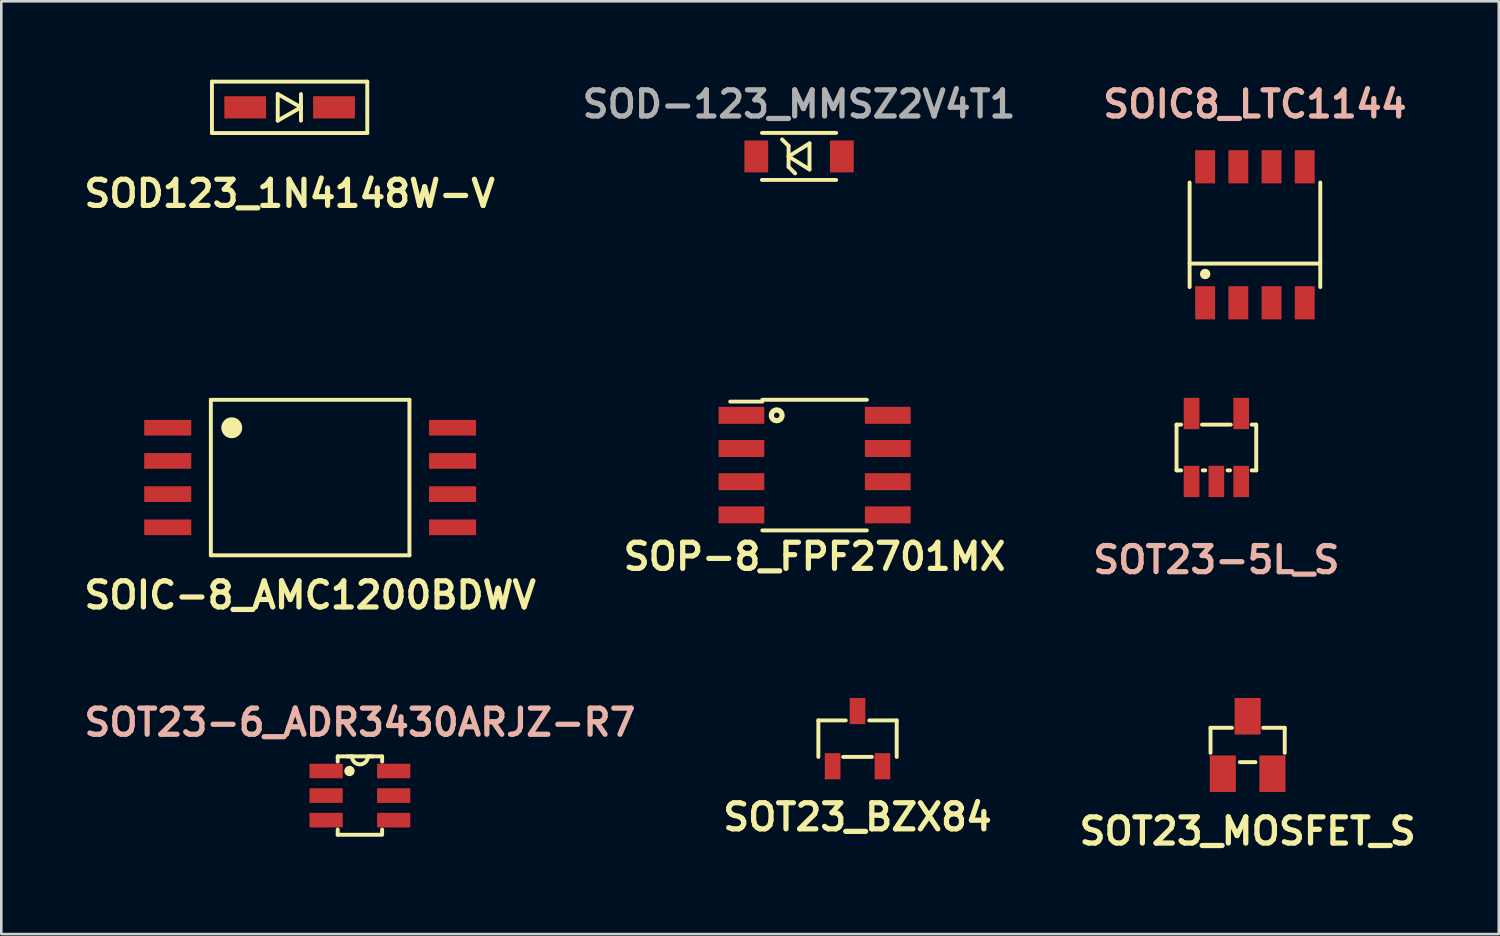
<source format=kicad_pcb>
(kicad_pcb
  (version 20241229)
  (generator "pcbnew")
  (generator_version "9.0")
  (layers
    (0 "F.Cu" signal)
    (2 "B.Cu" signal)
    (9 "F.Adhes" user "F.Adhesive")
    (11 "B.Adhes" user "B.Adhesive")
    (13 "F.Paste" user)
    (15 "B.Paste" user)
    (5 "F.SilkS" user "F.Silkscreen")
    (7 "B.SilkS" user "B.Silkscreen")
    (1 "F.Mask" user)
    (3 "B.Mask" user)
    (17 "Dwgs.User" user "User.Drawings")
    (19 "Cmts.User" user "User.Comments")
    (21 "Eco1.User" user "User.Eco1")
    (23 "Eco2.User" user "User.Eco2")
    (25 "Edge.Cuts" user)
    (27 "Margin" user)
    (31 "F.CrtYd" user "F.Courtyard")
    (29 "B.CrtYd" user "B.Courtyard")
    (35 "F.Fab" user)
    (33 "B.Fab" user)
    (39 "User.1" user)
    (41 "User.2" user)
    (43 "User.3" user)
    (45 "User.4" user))
  (footprint "SOD123_1N4148W-V"
    (layer "F.Cu")
    (at 8.033 1.058)
    (property "Reference" "SOD123_1N4148W-V" (at 0 3.3 0) (layer "F.SilkS") (effects (font (size 1 1) (thickness 0.2))))
    (attr smd)
    (fp_line (start -2.972 -0.983) (end 2.972 -0.983) (stroke (width 0.15) (type solid)) (layer "F.SilkS"))
    (fp_line (start -2.972 0.983) (end -2.972 -0.983) (stroke (width 0.15) (type solid)) (layer "F.SilkS"))
    (fp_line (start -0.454 -0.508) (end -0.454 0.508) (stroke (width 0.15) (type solid)) (layer "F.SilkS"))
    (fp_line (start -0.454 0.508) (end 0.435 0) (stroke (width 0.15) (type solid)) (layer "F.SilkS"))
    (fp_line (start 0.435 -0.508) (end 0.435 0.508) (stroke (width 0.15) (type solid)) (layer "F.SilkS"))
    (fp_line (start 0.435 0) (end -0.454 -0.508) (stroke (width 0.15) (type solid)) (layer "F.SilkS"))
    (fp_line (start 2.972 -0.983) (end 2.972 0.983) (stroke (width 0.15) (type solid)) (layer "F.SilkS"))
    (fp_line (start 2.972 0.983) (end -2.972 0.983) (stroke (width 0.15) (type solid)) (layer "F.SilkS"))
    (pad "1" smd rect (at -1.699 0) (size 1.598 0.851) (layers "F.Cu" "F.Mask" "F.Paste"))
    (pad "2" smd rect (at 1.699 0) (size 1.598 0.851) (layers "F.Cu" "F.Mask" "F.Paste")))
  (footprint "SOT23_MOSFET_S"
    (layer "F.Cu")
    (at 44.696 25.46)
    (property "Reference" "SOT23_MOSFET_S" (at 0 3.299 0) (layer "F.SilkS") (effects (font (size 1.001 1.001) (thickness 0.201))))
    (attr smd)
    (fp_line (start -1.42 -0.658) (end -0.599 -0.658) (stroke (width 0.15) (type solid)) (layer "F.SilkS"))
    (fp_line (start -1.42 0.3) (end -1.42 -0.658) (stroke (width 0.15) (type solid)) (layer "F.SilkS"))
    (fp_line (start 0.3 0.658) (end -0.3 0.658) (stroke (width 0.15) (type solid)) (layer "F.SilkS"))
    (fp_line (start 1.42 -0.658) (end 0.599 -0.658) (stroke (width 0.15) (type solid)) (layer "F.SilkS"))
    (fp_line (start 1.42 -0.658) (end 1.42 0.3) (stroke (width 0.15) (type solid)) (layer "F.SilkS"))
    (pad "D" smd rect (at 0 -1.1) (size 0.998 1.4) (layers "F.Cu" "F.Mask" "F.Paste"))
    (pad "G" smd rect (at -0.95 1.1) (size 0.998 1.4) (layers "F.Cu" "F.Mask" "F.Paste"))
    (pad "S" smd rect (at 0.95 1.1) (size 0.998 1.4) (layers "F.Cu" "F.Mask" "F.Paste")))
  (footprint "SOIC-8_AMC1200BDWV"
    (layer "F.Cu")
    (at 8.819 15.225)
    (property "Reference" "SOIC-8_AMC1200BDWV" (at 0 4.5 0) (layer "F.SilkS") (effects (font (size 1 1) (thickness 0.2))))
    (attr through_hole)
    (fp_line (start -3.8 -2.975) (end 3.8 -2.975) (stroke (width 0.15) (type solid)) (layer "F.SilkS"))
    (fp_line (start -3.8 2.975) (end -3.8 -2.975) (stroke (width 0.15) (type solid)) (layer "F.SilkS"))
    (fp_line (start -3.8 2.975) (end 3.8 2.975) (stroke (width 0.15) (type solid)) (layer "F.SilkS"))
    (fp_line (start 3.8 -2.975) (end 3.8 2.975) (stroke (width 0.15) (type solid)) (layer "F.SilkS"))
    (fp_circle (center -3 -1.905) (end -3.2 -1.905) (stroke (width 0.4) (type solid)) (fill no) (layer "F.SilkS"))
    (pad "1" smd rect (at -5.45 -1.905) (size 1.8 0.6) (layers "F.Cu" "F.Mask" "F.Paste"))
    (pad "2" smd rect (at -5.45 -0.635) (size 1.8 0.6) (layers "F.Cu" "F.Mask" "F.Paste"))
    (pad "3" smd rect (at -5.45 0.635) (size 1.8 0.6) (layers "F.Cu" "F.Mask" "F.Paste"))
    (pad "4" smd rect (at -5.45 1.905) (size 1.8 0.6) (layers "F.Cu" "F.Mask" "F.Paste"))
    (pad "5" smd rect (at 5.45 1.905) (size 1.8 0.6) (layers "F.Cu" "F.Mask" "F.Paste"))
    (pad "6" smd rect (at 5.45 0.635) (size 1.8 0.6) (layers "F.Cu" "F.Mask" "F.Paste"))
    (pad "7" smd rect (at 5.45 -0.635) (size 1.8 0.6) (layers "F.Cu" "F.Mask" "F.Paste"))
    (pad "8" smd rect (at 5.45 -1.905) (size 1.8 0.6) (layers "F.Cu" "F.Mask" "F.Paste")))
  (footprint "SOT23_BZX84"
    (layer "F.Cu")
    (at 29.767 25.218)
    (property "Reference" "SOT23_BZX84" (at 0 3 0) (layer "F.SilkS") (effects (font (size 1 1) (thickness 0.2))))
    (attr smd)
    (fp_line (start -1.499 -0.699) (end -0.45 -0.699) (stroke (width 0.15) (type solid)) (layer "F.SilkS"))
    (fp_line (start -1.499 0.699) (end -1.499 -0.699) (stroke (width 0.15) (type solid)) (layer "F.SilkS"))
    (fp_line (start -0.55 0.699) (end 0.55 0.699) (stroke (width 0.15) (type solid)) (layer "F.SilkS"))
    (fp_line (start 1.499 -0.699) (end 0.45 -0.699) (stroke (width 0.15) (type solid)) (layer "F.SilkS"))
    (fp_line (start 1.499 -0.699) (end 1.499 0.699) (stroke (width 0.15) (type solid)) (layer "F.SilkS"))
    (pad "1" smd rect (at -0.953 1.057) (size 0.599 1.001) (layers "F.Cu" "F.Mask" "F.Paste"))
    (pad "2" smd rect (at 0.953 1.057) (size 0.599 1.001) (layers "F.Cu" "F.Mask" "F.Paste"))
    (pad "3" smd rect (at 0 -1.057) (size 0.599 1.001) (layers "F.Cu" "F.Mask" "F.Paste")))
  (footprint "SOT23-5L_S"
    (layer "F.Cu")
    (at 43.5 14.075)
    (property "Reference" "SOT23-5L_S" (at 0 4.3 0) (layer "B.SilkS") (effects (font (size 1 1) (thickness 0.2))))
    (attr smd)
    (fp_line (start -1.525 -0.875) (end -1.35 -0.875) (stroke (width 0.15) (type solid)) (layer "F.SilkS"))
    (fp_line (start -1.525 0.875) (end -1.525 -0.875) (stroke (width 0.15) (type solid)) (layer "F.SilkS"))
    (fp_line (start -1.35 0.875) (end -1.525 0.875) (stroke (width 0.15) (type solid)) (layer "F.SilkS"))
    (fp_line (start -0.55 -0.875) (end 0.55 -0.875) (stroke (width 0.15) (type solid)) (layer "F.SilkS"))
    (fp_line (start -0.427 0.875) (end -0.521 0.875) (stroke (width 0.15) (type solid)) (layer "F.SilkS"))
    (fp_line (start 0.521 0.875) (end 0.427 0.875) (stroke (width 0.15) (type solid)) (layer "F.SilkS"))
    (fp_line (start 1.35 -0.875) (end 1.525 -0.875) (stroke (width 0.15) (type solid)) (layer "F.SilkS"))
    (fp_line (start 1.525 -0.875) (end 1.525 0.875) (stroke (width 0.15) (type solid)) (layer "F.SilkS"))
    (fp_line (start 1.525 0.875) (end 1.35 0.875) (stroke (width 0.15) (type solid)) (layer "F.SilkS"))
    (pad "1" smd rect (at -0.95 1.3) (size 0.6 1.2) (layers "F.Cu" "F.Mask" "F.Paste"))
    (pad "2" smd rect (at 0 1.3) (size 0.6 1.2) (layers "F.Cu" "F.Mask" "F.Paste"))
    (pad "3" smd rect (at 0.95 1.3) (size 0.6 1.2) (layers "F.Cu" "F.Mask" "F.Paste"))
    (pad "4" smd rect (at 0.95 -1.3) (size 0.6 1.2) (layers "F.Cu" "F.Mask" "F.Paste"))
    (pad "5" smd rect (at -0.95 -1.3) (size 0.6 1.2) (layers "F.Cu" "F.Mask" "F.Paste")))
  (footprint "SOT23-6_ADR3430ARJZ-R7"
    (layer "F.Cu")
    (at 10.724 27.396)
    (property "Reference" "SOT23-6_ADR3430ARJZ-R7" (at 0 -2.8 0) (layer "B.SilkS") (effects (font (size 1 1) (thickness 0.2))))
    (attr smd)
    (fp_line (start -0.85 -1.5) (end -0.85 -1.3) (stroke (width 0.15) (type solid)) (layer "F.SilkS"))
    (fp_line (start -0.85 1.5) (end -0.85 1.3) (stroke (width 0.15) (type solid)) (layer "F.SilkS"))
    (fp_line (start -0.85 1.5) (end 0.85 1.5) (stroke (width 0.15) (type solid)) (layer "F.SilkS"))
    (fp_line (start -0.305 -1.499) (end -0.483 -1.499) (stroke (width 0.152) (type solid)) (layer "F.SilkS"))
    (fp_line (start 0.305 -1.499) (end -0.305 -1.499) (stroke (width 0.1) (type solid)) (layer "F.SilkS"))
    (fp_line (start 0.483 -1.499) (end 0.305 -1.499) (stroke (width 0.152) (type solid)) (layer "F.SilkS"))
    (fp_line (start 0.85 -1.5) (end -0.85 -1.5) (stroke (width 0.15) (type solid)) (layer "F.SilkS"))
    (fp_line (start 0.85 -1.5) (end 0.85 -1.3) (stroke (width 0.15) (type solid)) (layer "F.SilkS"))
    (fp_line (start 0.85 1.45) (end 0.85 1.3) (stroke (width 0.15) (type solid)) (layer "F.SilkS"))
    (fp_arc (start 0.3048 -1.4986) (mid 0 -1.1938) (end -0.3048 -1.4986) (stroke (width 0.1) (type solid)) (layer "F.SilkS"))
    (fp_arc (start 0.3048 -1.4986) (mid 0 -1.1938) (end -0.3048 -1.4986) (stroke (width 0.1524) (type solid)) (layer "F.SilkS"))
    (fp_circle (center -0.4 -0.94) (end -0.3 -0.94) (stroke (width 0.2) (type solid)) (fill no) (layer "F.SilkS"))
    (pad "1" smd rect (at -1.293 -0.94) (size 1.27 0.559) (layers "F.Cu" "F.Mask" "F.Paste"))
    (pad "2" smd rect (at -1.293 0) (size 1.27 0.559) (layers "F.Cu" "F.Mask" "F.Paste"))
    (pad "3" smd rect (at -1.293 0.94) (size 1.27 0.559) (layers "F.Cu" "F.Mask" "F.Paste"))
    (pad "4" smd rect (at 1.293 0.94) (size 1.27 0.559) (layers "F.Cu" "F.Mask" "F.Paste"))
    (pad "5" smd rect (at 1.293 0) (size 1.27 0.559) (layers "F.Cu" "F.Mask" "F.Paste"))
    (pad "6" smd rect (at 1.293 -0.94) (size 1.27 0.559) (layers "F.Cu" "F.Mask" "F.Paste")))
  (footprint "SOIC8_LTC1144"
    (layer "F.Cu")
    (at 44.976 5.936)
    (property "Reference" "SOIC8_LTC1144" (at 0 -5 0) (layer "B.SilkS") (effects (font (size 1 1) (thickness 0.2))))
    (attr smd)
    (fp_line (start -2.5 1.1) (end 2.5 1.1) (stroke (width 0.15) (type solid)) (layer "F.SilkS"))
    (fp_line (start -2.5 2) (end -2.5 -2) (stroke (width 0.15) (type solid)) (layer "F.SilkS"))
    (fp_line (start 2.5 -2) (end 2.5 2) (stroke (width 0.15) (type solid)) (layer "F.SilkS"))
    (fp_circle (center -1.905 1.5) (end -1.905 1.6) (stroke (width 0.2) (type solid)) (fill no) (layer "F.SilkS"))
    (pad "1" smd rect (at -1.905 2.603) (size 0.762 1.27) (layers "F.Cu" "F.Mask" "F.Paste"))
    (pad "2" smd rect (at -0.635 2.603) (size 0.762 1.27) (layers "F.Cu" "F.Mask" "F.Paste"))
    (pad "3" smd rect (at 0.635 2.603) (size 0.762 1.27) (layers "F.Cu" "F.Mask" "F.Paste"))
    (pad "4" smd rect (at 1.905 2.603) (size 0.762 1.27) (layers "F.Cu" "F.Mask" "F.Paste"))
    (pad "5" smd rect (at 1.905 -2.603) (size 0.762 1.27) (layers "F.Cu" "F.Mask" "F.Paste"))
    (pad "6" smd rect (at 0.635 -2.603) (size 0.762 1.27) (layers "F.Cu" "F.Mask" "F.Paste"))
    (pad "7" smd rect (at -0.635 -2.603) (size 0.762 1.27) (layers "F.Cu" "F.Mask" "F.Paste"))
    (pad "8" smd rect (at -1.905 -2.603) (size 0.762 1.27) (layers "F.Cu" "F.Mask" "F.Paste")))
  (footprint "SOP-8_FPF2701MX"
    (layer "F.Cu")
    (at 28.124 14.749)
    (property "Reference" "SOP-8_FPF2701MX" (at 0 3.5 0) (layer "F.SilkS") (effects (font (size 1 1) (thickness 0.2))))
    (attr smd)
    (fp_line (start -2 -2.5) (end 2 -2.5) (stroke (width 0.15) (type solid)) (layer "F.SilkS"))
    (fp_line (start -2 -2.43) (end -3.23 -2.43) (stroke (width 0.15) (type solid)) (layer "F.SilkS"))
    (fp_line (start -2 2.5) (end 2 2.5) (stroke (width 0.15) (type solid)) (layer "F.SilkS"))
    (fp_circle (center -1.45 -1.905) (end -1.45 -1.7) (stroke (width 0.2) (type solid)) (fill no) (layer "F.SilkS"))
    (pad "1" smd rect (at -2.8 -1.905) (size 1.75 0.65) (layers "F.Cu" "F.Mask" "F.Paste"))
    (pad "2" smd rect (at -2.8 -0.635) (size 1.75 0.65) (layers "F.Cu" "F.Mask" "F.Paste"))
    (pad "3" smd rect (at -2.8 0.635) (size 1.75 0.65) (layers "F.Cu" "F.Mask" "F.Paste"))
    (pad "4" smd rect (at -2.8 1.905) (size 1.75 0.65) (layers "F.Cu" "F.Mask" "F.Paste"))
    (pad "5" smd rect (at 2.8 1.905) (size 1.75 0.65) (layers "F.Cu" "F.Mask" "F.Paste"))
    (pad "6" smd rect (at 2.8 0.635) (size 1.75 0.65) (layers "F.Cu" "F.Mask" "F.Paste"))
    (pad "7" smd rect (at 2.8 -0.635) (size 1.75 0.65) (layers "F.Cu" "F.Mask" "F.Paste"))
    (pad "8" smd rect (at 2.8 -1.905) (size 1.75 0.65) (layers "F.Cu" "F.Mask" "F.Paste")))
  (footprint "SOD-123_MMSZ2V4T1"
    (layer "F.Cu")
    (at 27.529 2.936)
    (property "Reference" "SOD-123_MMSZ2V4T1" (at 0 -2 0) (layer "F.Fab") (effects (font (size 1 1) (thickness 0.2))))
    (attr smd)
    (fp_line (start -1.42 -0.9) (end 1.42 -0.9) (stroke (width 0.15) (type solid)) (layer "F.SilkS"))
    (fp_line (start -0.4 -0.4) (end -0.65 -0.65) (stroke (width 0.15) (type solid)) (layer "F.SilkS"))
    (fp_line (start -0.4 -0.4) (end -0.4 0.4) (stroke (width 0.15) (type solid)) (layer "F.SilkS"))
    (fp_line (start -0.4 0) (end 0.4 -0.5) (stroke (width 0.15) (type solid)) (layer "F.SilkS"))
    (fp_line (start -0.15 0.65) (end -0.4 0.4) (stroke (width 0.15) (type solid)) (layer "F.SilkS"))
    (fp_line (start 0.4 -0.5) (end 0.4 0.5) (stroke (width 0.15) (type solid)) (layer "F.SilkS"))
    (fp_line (start 0.4 0.5) (end -0.4 0) (stroke (width 0.15) (type solid)) (layer "F.SilkS"))
    (fp_line (start 1.42 0.9) (end -1.42 0.9) (stroke (width 0.15) (type solid)) (layer "F.SilkS"))
    (pad "1" smd rect (at -1.637 0) (size 0.91 1.22) (layers "F.Cu" "F.Mask" "F.Paste"))
    (pad "2" smd rect (at 1.637 0) (size 0.91 1.22) (layers "F.Cu" "F.Mask" "F.Paste")))
  (gr_rect
    (start -3 -3)
    (end 54.307 32.697)
    (stroke (width 0.1) (type default))
    (fill no)
    (layer "Edge.Cuts")))
</source>
